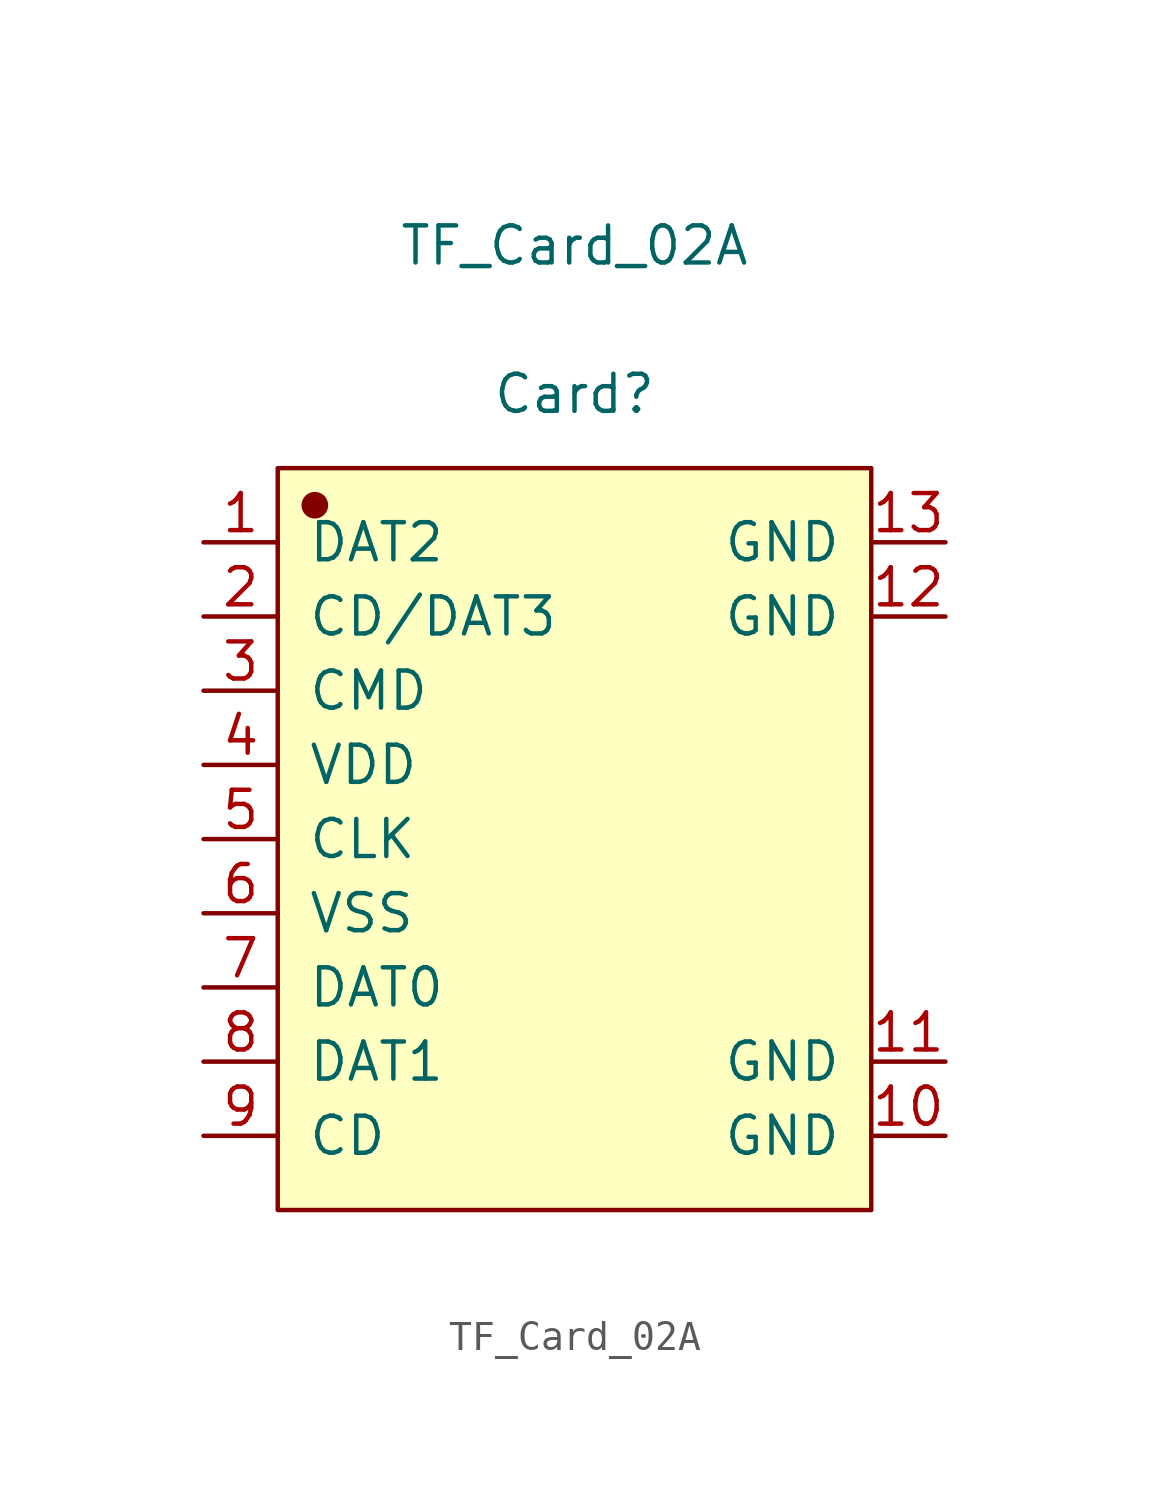
<source format=kicad_sym>
(kicad_symbol_lib
  (version 20211014)
  (generator kicad_symbol_editor)
  (symbol "TF_Card_02A"
    (pin_names
      (offset 1.016))
    (property "Reference" "Card"
      (at 0 15.24 0)
      (effects (font (size 1.27 1.27))))
    (property "Value" "TF_Card_02A"
      (at 0 20.32 0)
      (effects (font (size 1.27 1.27))))
    (symbol "TF_Card_02A_1_1"
      (rectangle (start -10.16 12.7) (end 10.16 -12.7) (stroke (width 0.152) (type default) (color 0 0 0 0)) (fill (type background)))
      (circle (center -8.89 11.43) (radius 0.381) (stroke (width 0.152) (type default) (color 0 0 0 0)) (fill (type outline)))
      (pin input line (at -12.7 10.16 0) (length 2.54) (name "DAT2" (effects (font (size 1.27 1.27)))) (number "1" (effects (font (size 1.27 1.27)))))
      (pin input line (at 12.7 -10.16 180) (length 2.54) (name "GND" (effects (font (size 1.27 1.27)))) (number "10" (effects (font (size 1.27 1.27)))))
      (pin input line (at 12.7 -7.62 180) (length 2.54) (name "GND" (effects (font (size 1.27 1.27)))) (number "11" (effects (font (size 1.27 1.27)))))
      (pin input line (at 12.7 7.62 180) (length 2.54) (name "GND" (effects (font (size 1.27 1.27)))) (number "12" (effects (font (size 1.27 1.27)))))
      (pin input line (at 12.7 10.16 180) (length 2.54) (name "GND" (effects (font (size 1.27 1.27)))) (number "13" (effects (font (size 1.27 1.27)))))
      (pin input line (at -12.7 7.62 0) (length 2.54) (name "CD/DAT3" (effects (font (size 1.27 1.27)))) (number "2" (effects (font (size 1.27 1.27)))))
      (pin input line (at -12.7 5.08 0) (length 2.54) (name "CMD" (effects (font (size 1.27 1.27)))) (number "3" (effects (font (size 1.27 1.27)))))
      (pin input line (at -12.7 2.54 0) (length 2.54) (name "VDD" (effects (font (size 1.27 1.27)))) (number "4" (effects (font (size 1.27 1.27)))))
      (pin input line (at -12.7 0 0) (length 2.54) (name "CLK" (effects (font (size 1.27 1.27)))) (number "5" (effects (font (size 1.27 1.27)))))
      (pin input line (at -12.7 -2.54 0) (length 2.54) (name "VSS" (effects (font (size 1.27 1.27)))) (number "6" (effects (font (size 1.27 1.27)))))
      (pin input line (at -12.7 -5.08 0) (length 2.54) (name "DAT0" (effects (font (size 1.27 1.27)))) (number "7" (effects (font (size 1.27 1.27)))))
      (pin input line (at -12.7 -7.62 0) (length 2.54) (name "DAT1" (effects (font (size 1.27 1.27)))) (number "8" (effects (font (size 1.27 1.27)))))
      (pin input line (at -12.7 -10.16 0) (length 2.54) (name "CD" (effects (font (size 1.27 1.27)))) (number "9" (effects (font (size 1.27 1.27))))))))
</source>
